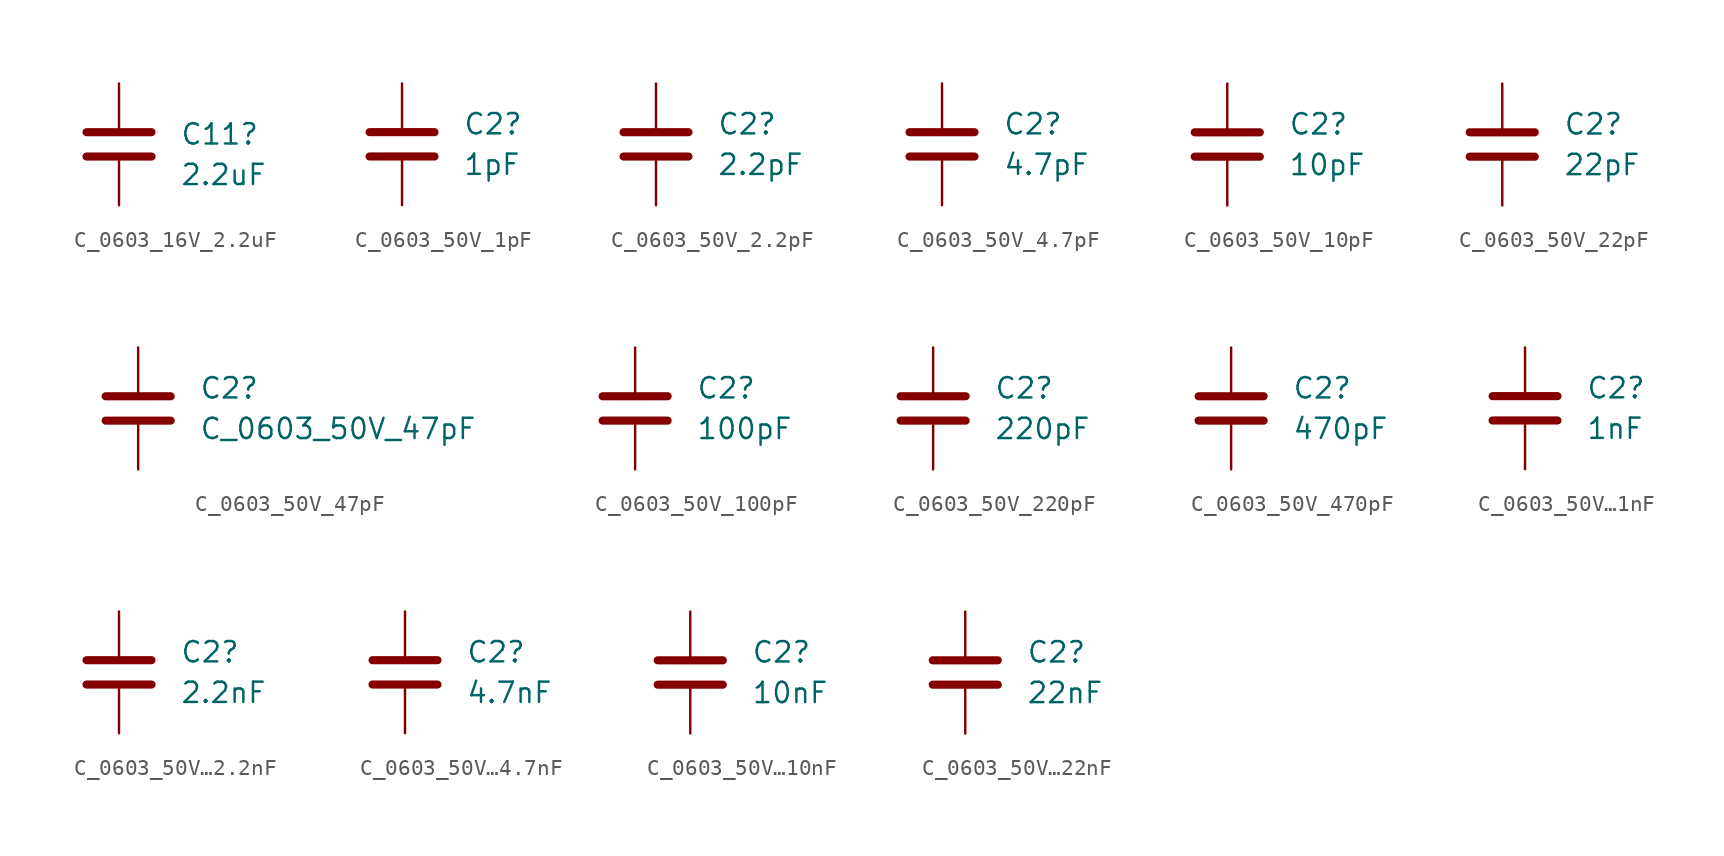
<source format=kicad_sym>
(kicad_symbol_lib
  (version 20231120)
  (generator "kicad_symbol_editor")
  (generator_version "8.0")
  (symbol "C_0603_16V_2.2uF"
    (pin_numbers hide)
    (pin_names
      (offset 0.254))
    (property "Reference" "C11"
      (at 3.81 0.635 0)
      (effects (font (size 1.27 1.27)) (justify left)))
    (property "Value" "2.2uF"
      (at 3.81 -1.905 0)
      (effects (font (size 1.27 1.27)) (justify left)))
    (symbol "C_0603_16V_2.2uF_0_1"
      (polyline (pts (xy -2.032 -0.762) (xy 2.032 -0.762)) (stroke (width 0.508) (type default)) (fill (type none)))
      (polyline (pts (xy -2.032 0.762) (xy 2.032 0.762)) (stroke (width 0.508) (type default)) (fill (type none))))
    (symbol "C_0603_16V_2.2uF_1_1"
      (pin passive line (at 0 3.81 270) (length 2.794) (name "~" (effects (font (size 1.27 1.27)))) (number "1" (effects (font (size 1.27 1.27)))))
      (pin passive line (at 0 -3.81 90) (length 2.794) (name "~" (effects (font (size 1.27 1.27)))) (number "2" (effects (font (size 1.27 1.27)))))))
  (symbol "C_0603_50V_1pF"
    (pin_numbers hide)
    (pin_names
      (offset 0.254))
    (property "Reference" "C2"
      (at 3.81 1.27 0)
      (effects (font (size 1.27 1.27)) (justify left)))
    (property "Value" "1pF"
      (at 3.81 -1.27 0)
      (effects (font (size 1.27 1.27)) (justify left)))
    (symbol "C_0603_50V_1pF_0_1"
      (polyline (pts (xy -2.032 -0.762) (xy 2.032 -0.762)) (stroke (width 0.508) (type default)) (fill (type none)))
      (polyline (pts (xy -2.032 0.762) (xy 2.032 0.762)) (stroke (width 0.508) (type default)) (fill (type none))))
    (symbol "C_0603_50V_1pF_1_1"
      (pin passive line (at 0 3.81 270) (length 2.794) (name "~" (effects (font (size 1.27 1.27)))) (number "1" (effects (font (size 1.27 1.27)))))
      (pin passive line (at 0 -3.81 90) (length 2.794) (name "~" (effects (font (size 1.27 1.27)))) (number "2" (effects (font (size 1.27 1.27)))))))
  (symbol "C_0603_50V_2.2pF"
    (pin_numbers hide)
    (pin_names
      (offset 0.254))
    (property "Reference" "C2"
      (at 3.81 1.27 0)
      (effects (font (size 1.27 1.27)) (justify left)))
    (property "Value" "2.2pF"
      (at 3.81 -1.27 0)
      (effects (font (size 1.27 1.27)) (justify left)))
    (symbol "C_0603_50V_2.2pF_0_1"
      (polyline (pts (xy -2.032 -0.762) (xy 2.032 -0.762)) (stroke (width 0.508) (type default)) (fill (type none)))
      (polyline (pts (xy -2.032 0.762) (xy 2.032 0.762)) (stroke (width 0.508) (type default)) (fill (type none))))
    (symbol "C_0603_50V_2.2pF_1_1"
      (pin passive line (at 0 3.81 270) (length 2.794) (name "~" (effects (font (size 1.27 1.27)))) (number "1" (effects (font (size 1.27 1.27)))))
      (pin passive line (at 0 -3.81 90) (length 2.794) (name "~" (effects (font (size 1.27 1.27)))) (number "2" (effects (font (size 1.27 1.27)))))))
  (symbol "C_0603_50V_4.7pF"
    (pin_numbers hide)
    (pin_names
      (offset 0.254))
    (property "Reference" "C2"
      (at 3.81 1.27 0)
      (effects (font (size 1.27 1.27)) (justify left)))
    (property "Value" "4.7pF"
      (at 3.81 -1.27 0)
      (effects (font (size 1.27 1.27)) (justify left)))
    (symbol "C_0603_50V_4.7pF_0_1"
      (polyline (pts (xy -2.032 -0.762) (xy 2.032 -0.762)) (stroke (width 0.508) (type default)) (fill (type none)))
      (polyline (pts (xy -2.032 0.762) (xy 2.032 0.762)) (stroke (width 0.508) (type default)) (fill (type none))))
    (symbol "C_0603_50V_4.7pF_1_1"
      (pin passive line (at 0 3.81 270) (length 2.794) (name "~" (effects (font (size 1.27 1.27)))) (number "1" (effects (font (size 1.27 1.27)))))
      (pin passive line (at 0 -3.81 90) (length 2.794) (name "~" (effects (font (size 1.27 1.27)))) (number "2" (effects (font (size 1.27 1.27)))))))
  (symbol "C_0603_50V_10pF"
    (pin_numbers hide)
    (pin_names
      (offset 0.254))
    (property "Reference" "C2"
      (at 3.81 1.27 0)
      (effects (font (size 1.27 1.27)) (justify left)))
    (property "Value" "10pF"
      (at 3.81 -1.27 0)
      (effects (font (size 1.27 1.27)) (justify left)))
    (symbol "C_0603_50V_10pF_0_1"
      (polyline (pts (xy -2.032 -0.762) (xy 2.032 -0.762)) (stroke (width 0.508) (type default)) (fill (type none)))
      (polyline (pts (xy -2.032 0.762) (xy 2.032 0.762)) (stroke (width 0.508) (type default)) (fill (type none))))
    (symbol "C_0603_50V_10pF_1_1"
      (pin passive line (at 0 3.81 270) (length 2.794) (name "~" (effects (font (size 1.27 1.27)))) (number "1" (effects (font (size 1.27 1.27)))))
      (pin passive line (at 0 -3.81 90) (length 2.794) (name "~" (effects (font (size 1.27 1.27)))) (number "2" (effects (font (size 1.27 1.27)))))))
  (symbol "C_0603_50V_22pF"
    (pin_numbers hide)
    (pin_names
      (offset 0.254))
    (property "Reference" "C2"
      (at 3.81 1.27 0)
      (effects (font (size 1.27 1.27)) (justify left)))
    (property "Value" "22pF"
      (at 3.81 -1.27 0)
      (effects (font (size 1.27 1.27)) (justify left)))
    (symbol "C_0603_50V_22pF_0_1"
      (polyline (pts (xy -2.032 -0.762) (xy 2.032 -0.762)) (stroke (width 0.508) (type default)) (fill (type none)))
      (polyline (pts (xy -2.032 0.762) (xy 2.032 0.762)) (stroke (width 0.508) (type default)) (fill (type none))))
    (symbol "C_0603_50V_22pF_1_1"
      (pin passive line (at 0 3.81 270) (length 2.794) (name "~" (effects (font (size 1.27 1.27)))) (number "1" (effects (font (size 1.27 1.27)))))
      (pin passive line (at 0 -3.81 90) (length 2.794) (name "~" (effects (font (size 1.27 1.27)))) (number "2" (effects (font (size 1.27 1.27)))))))
  (symbol "C_0603_50V_47pF"
    (pin_numbers hide)
    (pin_names
      (offset 0.254))
    (property "Reference" "C2"
      (at 3.81 1.27 0)
      (effects (font (size 1.27 1.27)) (justify left)))
    (property "Value" "C_0603_50V_47pF"
      (at 3.81 -1.27 0)
      (effects (font (size 1.27 1.27)) (justify left)))
    (symbol "C_0603_50V_47pF_0_1"
      (polyline (pts (xy -2.032 -0.762) (xy 2.032 -0.762)) (stroke (width 0.508) (type default)) (fill (type none)))
      (polyline (pts (xy -2.032 0.762) (xy 2.032 0.762)) (stroke (width 0.508) (type default)) (fill (type none))))
    (symbol "C_0603_50V_47pF_1_1"
      (pin passive line (at 0 3.81 270) (length 2.794) (name "~" (effects (font (size 1.27 1.27)))) (number "1" (effects (font (size 1.27 1.27)))))
      (pin passive line (at 0 -3.81 90) (length 2.794) (name "~" (effects (font (size 1.27 1.27)))) (number "2" (effects (font (size 1.27 1.27)))))))
  (symbol "C_0603_50V_100pF"
    (pin_numbers hide)
    (pin_names
      (offset 0.254))
    (property "Reference" "C2"
      (at 3.81 1.27 0)
      (effects (font (size 1.27 1.27)) (justify left)))
    (property "Value" "100pF"
      (at 3.81 -1.27 0)
      (effects (font (size 1.27 1.27)) (justify left)))
    (symbol "C_0603_50V_100pF_0_1"
      (polyline (pts (xy -2.032 -0.762) (xy 2.032 -0.762)) (stroke (width 0.508) (type default)) (fill (type none)))
      (polyline (pts (xy -2.032 0.762) (xy 2.032 0.762)) (stroke (width 0.508) (type default)) (fill (type none))))
    (symbol "C_0603_50V_100pF_1_1"
      (pin passive line (at 0 3.81 270) (length 2.794) (name "~" (effects (font (size 1.27 1.27)))) (number "1" (effects (font (size 1.27 1.27)))))
      (pin passive line (at 0 -3.81 90) (length 2.794) (name "~" (effects (font (size 1.27 1.27)))) (number "2" (effects (font (size 1.27 1.27)))))))
  (symbol "C_0603_50V_220pF"
    (pin_numbers hide)
    (pin_names
      (offset 0.254))
    (property "Reference" "C2"
      (at 3.81 1.27 0)
      (effects (font (size 1.27 1.27)) (justify left)))
    (property "Value" "220pF"
      (at 3.81 -1.27 0)
      (effects (font (size 1.27 1.27)) (justify left)))
    (symbol "C_0603_50V_220pF_0_1"
      (polyline (pts (xy -2.032 -0.762) (xy 2.032 -0.762)) (stroke (width 0.508) (type default)) (fill (type none)))
      (polyline (pts (xy -2.032 0.762) (xy 2.032 0.762)) (stroke (width 0.508) (type default)) (fill (type none))))
    (symbol "C_0603_50V_220pF_1_1"
      (pin passive line (at 0 3.81 270) (length 2.794) (name "~" (effects (font (size 1.27 1.27)))) (number "1" (effects (font (size 1.27 1.27)))))
      (pin passive line (at 0 -3.81 90) (length 2.794) (name "~" (effects (font (size 1.27 1.27)))) (number "2" (effects (font (size 1.27 1.27)))))))
  (symbol "C_0603_50V_470pF"
    (pin_numbers hide)
    (pin_names
      (offset 0.254))
    (property "Reference" "C2"
      (at 3.81 1.27 0)
      (effects (font (size 1.27 1.27)) (justify left)))
    (property "Value" "470pF"
      (at 3.81 -1.27 0)
      (effects (font (size 1.27 1.27)) (justify left)))
    (symbol "C_0603_50V_470pF_0_1"
      (polyline (pts (xy -2.032 -0.762) (xy 2.032 -0.762)) (stroke (width 0.508) (type default)) (fill (type none)))
      (polyline (pts (xy -2.032 0.762) (xy 2.032 0.762)) (stroke (width 0.508) (type default)) (fill (type none))))
    (symbol "C_0603_50V_470pF_1_1"
      (pin passive line (at 0 3.81 270) (length 2.794) (name "~" (effects (font (size 1.27 1.27)))) (number "1" (effects (font (size 1.27 1.27)))))
      (pin passive line (at 0 -3.81 90) (length 2.794) (name "~" (effects (font (size 1.27 1.27)))) (number "2" (effects (font (size 1.27 1.27)))))))
  (symbol "C_0603_50V…1nF"
    (pin_numbers hide)
    (pin_names
      (offset 0.254))
    (property "Reference" "C2"
      (at 3.81 1.27 0)
      (effects (font (size 1.27 1.27)) (justify left)))
    (property "Value" "1nF"
      (at 3.81 -1.27 0)
      (effects (font (size 1.27 1.27)) (justify left)))
    (symbol "C_0603_50V…1nF_0_1"
      (polyline (pts (xy -2.032 -0.762) (xy 2.032 -0.762)) (stroke (width 0.508) (type default)) (fill (type none)))
      (polyline (pts (xy -2.032 0.762) (xy 2.032 0.762)) (stroke (width 0.508) (type default)) (fill (type none))))
    (symbol "C_0603_50V…1nF_1_1"
      (pin passive line (at 0 3.81 270) (length 2.794) (name "~" (effects (font (size 1.27 1.27)))) (number "1" (effects (font (size 1.27 1.27)))))
      (pin passive line (at 0 -3.81 90) (length 2.794) (name "~" (effects (font (size 1.27 1.27)))) (number "2" (effects (font (size 1.27 1.27)))))))
  (symbol "C_0603_50V…2.2nF"
    (pin_numbers hide)
    (pin_names
      (offset 0.254))
    (property "Reference" "C2"
      (at 3.81 1.27 0)
      (effects (font (size 1.27 1.27)) (justify left)))
    (property "Value" "2.2nF"
      (at 3.81 -1.27 0)
      (effects (font (size 1.27 1.27)) (justify left)))
    (symbol "C_0603_50V…2.2nF_0_1"
      (polyline (pts (xy -2.032 -0.762) (xy 2.032 -0.762)) (stroke (width 0.508) (type default)) (fill (type none)))
      (polyline (pts (xy -2.032 0.762) (xy 2.032 0.762)) (stroke (width 0.508) (type default)) (fill (type none))))
    (symbol "C_0603_50V…2.2nF_1_1"
      (pin passive line (at 0 3.81 270) (length 2.794) (name "~" (effects (font (size 1.27 1.27)))) (number "1" (effects (font (size 1.27 1.27)))))
      (pin passive line (at 0 -3.81 90) (length 2.794) (name "~" (effects (font (size 1.27 1.27)))) (number "2" (effects (font (size 1.27 1.27)))))))
  (symbol "C_0603_50V…4.7nF"
    (pin_numbers hide)
    (pin_names
      (offset 0.254))
    (property "Reference" "C2"
      (at 3.81 1.27 0)
      (effects (font (size 1.27 1.27)) (justify left)))
    (property "Value" "4.7nF"
      (at 3.81 -1.27 0)
      (effects (font (size 1.27 1.27)) (justify left)))
    (symbol "C_0603_50V…4.7nF_0_1"
      (polyline (pts (xy -2.032 -0.762) (xy 2.032 -0.762)) (stroke (width 0.508) (type default)) (fill (type none)))
      (polyline (pts (xy -2.032 0.762) (xy 2.032 0.762)) (stroke (width 0.508) (type default)) (fill (type none))))
    (symbol "C_0603_50V…4.7nF_1_1"
      (pin passive line (at 0 3.81 270) (length 2.794) (name "~" (effects (font (size 1.27 1.27)))) (number "1" (effects (font (size 1.27 1.27)))))
      (pin passive line (at 0 -3.81 90) (length 2.794) (name "~" (effects (font (size 1.27 1.27)))) (number "2" (effects (font (size 1.27 1.27)))))))
  (symbol "C_0603_50V…10nF"
    (pin_numbers hide)
    (pin_names
      (offset 0.254))
    (property "Reference" "C2"
      (at 3.81 1.27 0)
      (effects (font (size 1.27 1.27)) (justify left)))
    (property "Value" "10nF"
      (at 3.81 -1.27 0)
      (effects (font (size 1.27 1.27)) (justify left)))
    (symbol "C_0603_50V…10nF_0_1"
      (polyline (pts (xy -2.032 -0.762) (xy 2.032 -0.762)) (stroke (width 0.508) (type default)) (fill (type none)))
      (polyline (pts (xy -2.032 0.762) (xy 2.032 0.762)) (stroke (width 0.508) (type default)) (fill (type none))))
    (symbol "C_0603_50V…10nF_1_1"
      (pin passive line (at 0 3.81 270) (length 2.794) (name "~" (effects (font (size 1.27 1.27)))) (number "1" (effects (font (size 1.27 1.27)))))
      (pin passive line (at 0 -3.81 90) (length 2.794) (name "~" (effects (font (size 1.27 1.27)))) (number "2" (effects (font (size 1.27 1.27)))))))
  (symbol "C_0603_50V…22nF"
    (pin_numbers hide)
    (pin_names
      (offset 0.254))
    (property "Reference" "C2"
      (at 3.81 1.27 0)
      (effects (font (size 1.27 1.27)) (justify left)))
    (property "Value" "22nF"
      (at 3.81 -1.27 0)
      (effects (font (size 1.27 1.27)) (justify left)))
    (symbol "C_0603_50V…22nF_0_1"
      (polyline (pts (xy -2.032 -0.762) (xy 2.032 -0.762)) (stroke (width 0.508) (type default)) (fill (type none)))
      (polyline (pts (xy -2.032 0.762) (xy 2.032 0.762)) (stroke (width 0.508) (type default)) (fill (type none))))
    (symbol "C_0603_50V…22nF_1_1"
      (pin passive line (at 0 3.81 270) (length 2.794) (name "~" (effects (font (size 1.27 1.27)))) (number "1" (effects (font (size 1.27 1.27)))))
      (pin passive line (at 0 -3.81 90) (length 2.794) (name "~" (effects (font (size 1.27 1.27)))) (number "2" (effects (font (size 1.27 1.27))))))))
</source>
